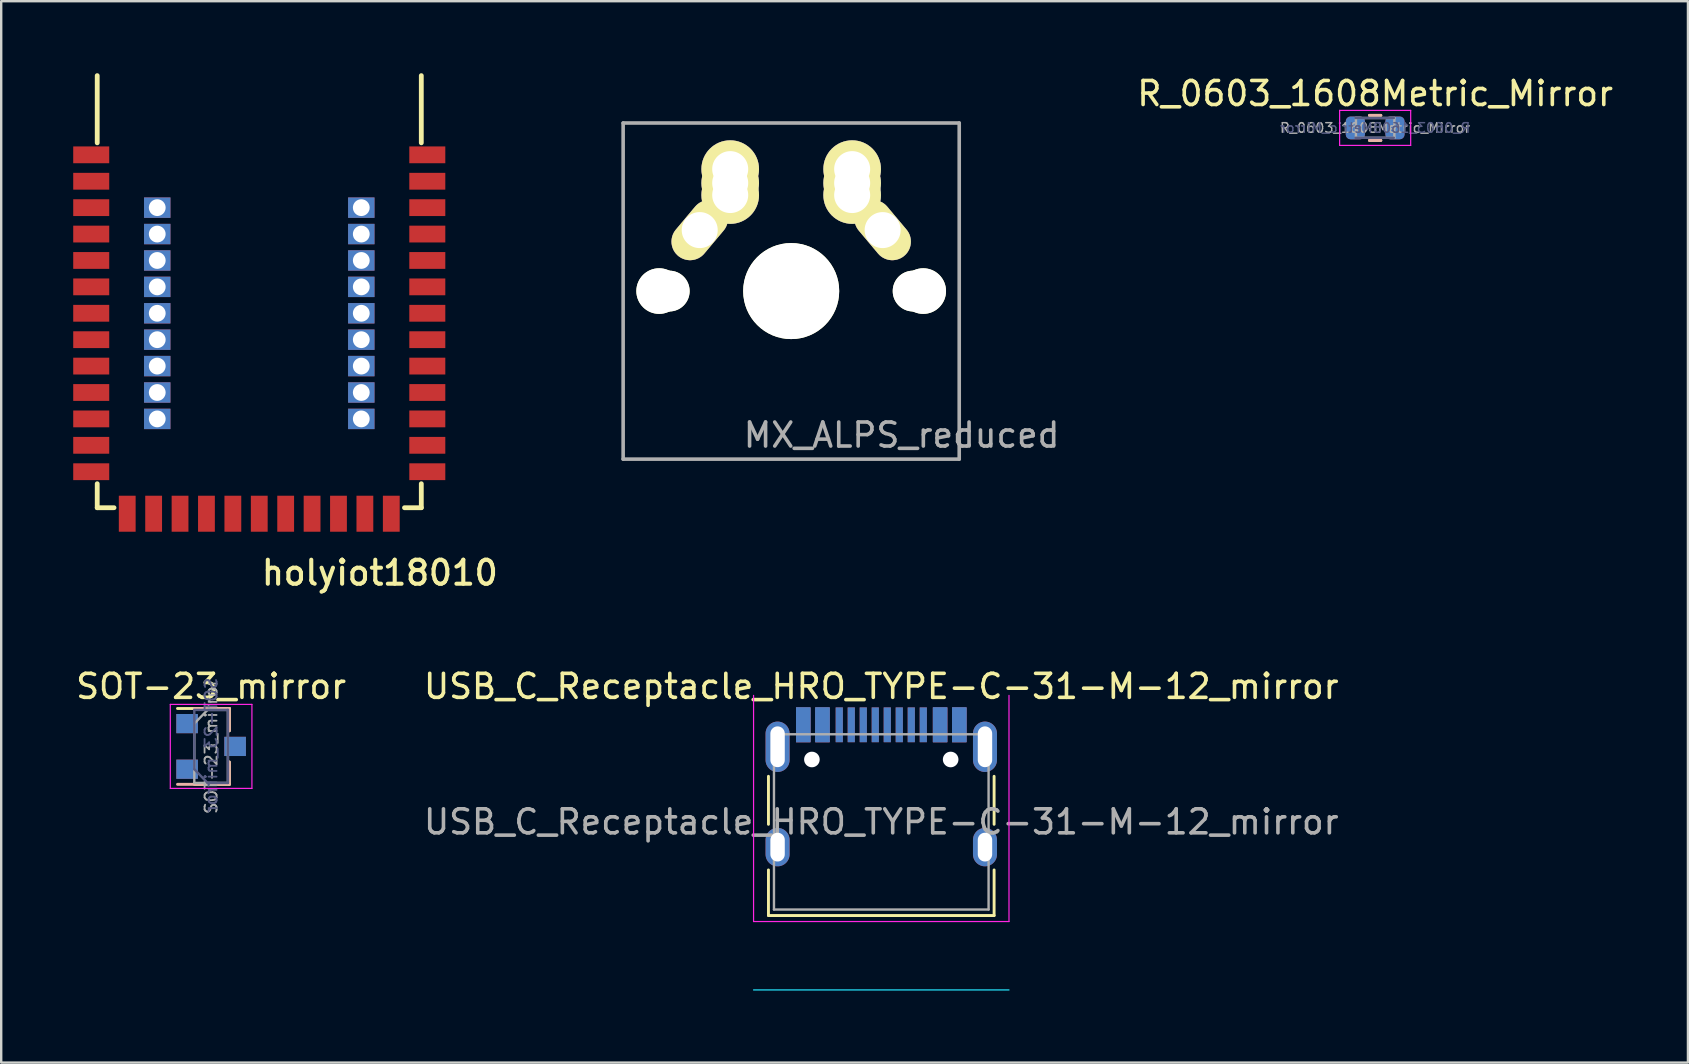
<source format=kicad_pcb>
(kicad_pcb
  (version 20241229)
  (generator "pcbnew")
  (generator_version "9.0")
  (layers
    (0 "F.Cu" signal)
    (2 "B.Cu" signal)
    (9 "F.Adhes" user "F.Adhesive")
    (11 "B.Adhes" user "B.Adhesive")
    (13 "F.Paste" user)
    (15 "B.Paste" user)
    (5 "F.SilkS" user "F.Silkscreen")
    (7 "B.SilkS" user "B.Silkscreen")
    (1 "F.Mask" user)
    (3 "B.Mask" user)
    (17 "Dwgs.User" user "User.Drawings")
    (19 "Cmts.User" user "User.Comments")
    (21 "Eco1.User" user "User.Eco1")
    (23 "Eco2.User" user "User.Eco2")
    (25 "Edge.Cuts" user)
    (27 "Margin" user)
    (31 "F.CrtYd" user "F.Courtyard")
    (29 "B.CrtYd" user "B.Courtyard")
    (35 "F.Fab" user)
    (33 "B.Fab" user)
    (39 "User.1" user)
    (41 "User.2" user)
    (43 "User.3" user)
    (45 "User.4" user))
  (footprint "USB_C_Receptacle_HRO_TYPE-C-31-M-12_mirror"
    (layer "F.Cu")
    (at 33.661 31.188)
    (property "Reference" "USB_C_Receptacle_HRO_TYPE-C-31-M-12_mirror" (at 0 -5.645 0) (layer "F.SilkS") (effects (font (size 1 1) (thickness 0.15))))
    (attr smd)
    (fp_line (start -4.7 -1.9) (end -4.7 0.1) (stroke (width 0.12) (type solid)) (layer "F.SilkS"))
    (fp_line (start -4.7 2) (end -4.7 3.9) (stroke (width 0.12) (type solid)) (layer "F.SilkS"))
    (fp_line (start -4.7 3.9) (end 4.7 3.9) (stroke (width 0.12) (type solid)) (layer "F.SilkS"))
    (fp_line (start 4.7 -1.9) (end 4.7 0.1) (stroke (width 0.12) (type solid)) (layer "F.SilkS"))
    (fp_line (start 4.7 2) (end 4.7 3.9) (stroke (width 0.12) (type solid)) (layer "F.SilkS"))
    (fp_line (start 5.32 7) (end -5.32 7) (stroke (width 0.05) (type solid)) (layer "B.CrtYd"))
    (fp_line (start -5.32 -5.27) (end -5.32 4.15) (stroke (width 0.05) (type solid)) (layer "F.CrtYd"))
    (fp_line (start -5.32 4.15) (end 5.32 4.15) (stroke (width 0.05) (type solid)) (layer "F.CrtYd"))
    (fp_line (start 5.32 -5.27) (end 5.32 4.15) (stroke (width 0.05) (type solid)) (layer "F.CrtYd"))
    (fp_line (start -4.47 -3.65) (end -4.47 3.65) (stroke (width 0.1) (type solid)) (layer "F.Fab"))
    (fp_line (start -4.47 -3.65) (end 4.47 -3.65) (stroke (width 0.1) (type solid)) (layer "F.Fab"))
    (fp_line (start -4.47 3.65) (end 4.47 3.65) (stroke (width 0.1) (type solid)) (layer "F.Fab"))
    (fp_line (start 4.47 -3.65) (end 4.47 3.65) (stroke (width 0.1) (type solid)) (layer "F.Fab"))
    (fp_text user "${REFERENCE}" (at 0 0 0) (layer "F.Fab") (effects (font (size 1 1) (thickness 0.15))))
    (pad "" np_thru_hole circle (at -2.89 -2.6) (size 0.65 0.65) (drill 0.65) (layers "*.Cu" "*.Mask"))
    (pad "" np_thru_hole circle (at 2.89 -2.6) (size 0.65 0.65) (drill 0.65) (layers "*.Cu" "*.Mask"))
    (pad "A1" smd rect (at -3.25 -4.045) (size 0.6 1.45) (layers "F.Cu" "F.Mask" "F.Paste"))
    (pad "A1" smd rect (at 3.25 -4.045) (size 0.6 1.45) (layers "B.Cu" "B.Mask" "B.Paste"))
    (pad "A4" smd rect (at -2.45 -4.045) (size 0.6 1.45) (layers "F.Cu" "F.Mask" "F.Paste"))
    (pad "A4" smd rect (at 2.45 -4.045) (size 0.6 1.45) (layers "B.Cu" "B.Mask" "B.Paste"))
    (pad "A5" smd rect (at -1.25 -4.045) (size 0.3 1.45) (layers "F.Cu" "F.Mask" "F.Paste"))
    (pad "A5" smd rect (at 1.25 -4.045) (size 0.3 1.45) (layers "B.Cu" "B.Mask" "B.Paste"))
    (pad "A6" smd rect (at -0.25 -4.045) (size 0.3 1.45) (layers "F.Cu" "F.Mask" "F.Paste"))
    (pad "A6" smd rect (at 0.25 -4.045) (size 0.3 1.45) (layers "B.Cu" "B.Mask" "B.Paste"))
    (pad "A7" smd rect (at -0.25 -4.045) (size 0.3 1.45) (layers "B.Cu" "B.Mask" "B.Paste"))
    (pad "A7" smd rect (at 0.25 -4.045) (size 0.3 1.45) (layers "F.Cu" "F.Mask" "F.Paste"))
    (pad "A8" smd rect (at -1.25 -4.045) (size 0.3 1.45) (layers "B.Cu" "B.Mask" "B.Paste"))
    (pad "A8" smd rect (at 1.25 -4.045) (size 0.3 1.45) (layers "F.Cu" "F.Mask" "F.Paste"))
    (pad "A9" smd rect (at -2.45 -4.045) (size 0.6 1.45) (layers "B.Cu" "B.Mask" "B.Paste"))
    (pad "A9" smd rect (at 2.45 -4.045) (size 0.6 1.45) (layers "F.Cu" "F.Mask" "F.Paste"))
    (pad "A12" smd rect (at -3.25 -4.045) (size 0.6 1.45) (layers "B.Cu" "B.Mask" "B.Paste"))
    (pad "A12" smd rect (at 3.25 -4.045) (size 0.6 1.45) (layers "F.Cu" "F.Mask" "F.Paste"))
    (pad "B1" smd rect (at -3.25 -4.045) (size 0.6 1.45) (layers "B.Cu" "B.Mask" "B.Paste"))
    (pad "B1" smd rect (at 3.25 -4.045) (size 0.6 1.45) (layers "F.Cu" "F.Mask" "F.Paste"))
    (pad "B4" smd rect (at -2.45 -4.045) (size 0.6 1.45) (layers "B.Cu" "B.Mask" "B.Paste"))
    (pad "B4" smd rect (at 2.45 -4.045) (size 0.6 1.45) (layers "F.Cu" "F.Mask" "F.Paste"))
    (pad "B5" smd rect (at -1.75 -4.045) (size 0.3 1.45) (layers "B.Cu" "B.Mask" "B.Paste"))
    (pad "B5" smd rect (at 1.75 -4.045) (size 0.3 1.45) (layers "F.Cu" "F.Mask" "F.Paste"))
    (pad "B6" smd rect (at -0.75 -4.045) (size 0.3 1.45) (layers "B.Cu" "B.Mask" "B.Paste"))
    (pad "B6" smd rect (at 0.75 -4.045) (size 0.3 1.45) (layers "F.Cu" "F.Mask" "F.Paste"))
    (pad "B7" smd rect (at -0.75 -4.045) (size 0.3 1.45) (layers "F.Cu" "F.Mask" "F.Paste"))
    (pad "B7" smd rect (at 0.75 -4.045) (size 0.3 1.45) (layers "B.Cu" "B.Mask" "B.Paste"))
    (pad "B8" smd rect (at -1.75 -4.045) (size 0.3 1.45) (layers "F.Cu" "F.Mask" "F.Paste"))
    (pad "B8" smd rect (at 1.75 -4.045) (size 0.3 1.45) (layers "B.Cu" "B.Mask" "B.Paste"))
    (pad "B9" smd rect (at -2.45 -4.045) (size 0.6 1.45) (layers "F.Cu" "F.Mask" "F.Paste"))
    (pad "B9" smd rect (at 2.45 -4.045) (size 0.6 1.45) (layers "B.Cu" "B.Mask" "B.Paste"))
    (pad "B12" smd rect (at -3.25 -4.045) (size 0.6 1.45) (layers "F.Cu" "F.Mask" "F.Paste"))
    (pad "B12" smd rect (at 3.25 -4.045) (size 0.6 1.45) (layers "B.Cu" "B.Mask" "B.Paste"))
    (pad "S1" thru_hole oval (at -4.32 -3.13) (size 1 2.1) (drill oval 0.6 1.7) (layers "*.Cu" "*.Mask"))
    (pad "S1" thru_hole oval (at -4.32 1.05) (size 1 1.6) (drill oval 0.6 1.2) (layers "*.Cu" "*.Mask"))
    (pad "S1" thru_hole oval (at 4.32 -3.13) (size 1 2.1) (drill oval 0.6 1.7) (layers "*.Cu" "*.Mask"))
    (pad "S1" thru_hole oval (at 4.32 1.05) (size 1 1.6) (drill oval 0.6 1.2) (layers "*.Cu" "*.Mask")))
  (footprint "holyiot18010"
    (layer "F.Cu")
    (at 14.5 3.4)
    (property "Reference" "holyiot18010" (at -1.727 17.412 0) (layer "F.SilkS") (effects (font (size 1 1) (thickness 0.17))))
    (attr through_hole)
    (fp_line (start -13.5 -0.5) (end -13.5 -3.3) (stroke (width 0.2) (type solid)) (layer "F.SilkS"))
    (fp_line (start -13.5 14.7) (end -13.5 13.7) (stroke (width 0.2) (type solid)) (layer "F.SilkS"))
    (fp_line (start -12.8 14.7) (end -13.5 14.7) (stroke (width 0.2) (type solid)) (layer "F.SilkS"))
    (fp_line (start -0.7 14.7) (end 0 14.7) (stroke (width 0.2) (type solid)) (layer "F.SilkS"))
    (fp_line (start 0 -0.5) (end 0 -3.3) (stroke (width 0.2) (type solid)) (layer "F.SilkS"))
    (fp_line (start 0 14.7) (end 0 13.7) (stroke (width 0.2) (type solid)) (layer "F.SilkS"))
    (pad "1" smd rect (at -13.5 0) (size 1.5 0.7) (drill (offset -0.25 0)) (layers "F.Cu" "F.Mask" "F.Paste"))
    (pad "1" smd rect (at 0 0) (size 1.5 0.7) (drill (offset 0.25 0)) (layers "F.Cu" "F.Mask" "F.Paste"))
    (pad "1" smd rect (at 0 13.2) (size 1.5 0.7) (drill (offset 0.25 0)) (layers "F.Cu" "F.Mask" "F.Paste"))
    (pad "2" smd rect (at -13.5 1.1) (size 1.5 0.7) (drill (offset -0.25 0)) (layers "F.Cu" "F.Mask" "F.Paste"))
    (pad "3" smd rect (at -13.5 2.2) (size 1.5 0.7) (drill (offset -0.25 0)) (layers "F.Cu" "F.Mask" "F.Paste"))
    (pad "4" smd rect (at -13.5 3.3) (size 1.5 0.7) (drill (offset -0.25 0)) (layers "F.Cu" "F.Mask" "F.Paste"))
    (pad "5" smd rect (at -13.5 4.4) (size 1.5 0.7) (drill (offset -0.25 0)) (layers "F.Cu" "F.Mask" "F.Paste"))
    (pad "6" smd rect (at -13.5 5.5) (size 1.5 0.7) (drill (offset -0.25 0)) (layers "F.Cu" "F.Mask" "F.Paste"))
    (pad "7" smd rect (at -13.5 6.6) (size 1.5 0.7) (drill (offset -0.25 0)) (layers "F.Cu" "F.Mask" "F.Paste"))
    (pad "8" smd rect (at -13.5 7.7) (size 1.5 0.7) (drill (offset -0.25 0)) (layers "F.Cu" "F.Mask" "F.Paste"))
    (pad "9" smd rect (at -13.5 8.8) (size 1.5 0.7) (drill (offset -0.25 0)) (layers "F.Cu" "F.Mask" "F.Paste"))
    (pad "10" smd rect (at -13.5 9.9) (size 1.5 0.7) (drill (offset -0.25 0)) (layers "F.Cu" "F.Mask" "F.Paste"))
    (pad "11" smd rect (at -13.5 11) (size 1.5 0.7) (drill (offset -0.25 0)) (layers "F.Cu" "F.Mask" "F.Paste"))
    (pad "12" smd rect (at -13.5 12.1) (size 1.5 0.7) (drill (offset -0.25 0)) (layers "F.Cu" "F.Mask" "F.Paste"))
    (pad "13" smd rect (at -13.5 13.2) (size 1.5 0.7) (drill (offset -0.25 0)) (layers "F.Cu" "F.Mask" "F.Paste"))
    (pad "14" smd rect (at -12.25 14.7) (size 0.7 1.5) (drill (offset 0 0.25)) (layers "F.Cu" "F.Mask" "F.Paste"))
    (pad "15" smd rect (at -11.15 14.7) (size 0.7 1.5) (drill (offset 0 0.25)) (layers "F.Cu" "F.Mask" "F.Paste"))
    (pad "16" smd rect (at -10.05 14.7) (size 0.7 1.5) (drill (offset 0 0.25)) (layers "F.Cu" "F.Mask" "F.Paste"))
    (pad "17" smd rect (at -8.95 14.7) (size 0.7 1.5) (drill (offset 0 0.25)) (layers "F.Cu" "F.Mask" "F.Paste"))
    (pad "18" smd rect (at -7.85 14.7) (size 0.7 1.5) (drill (offset 0 0.25)) (layers "F.Cu" "F.Mask" "F.Paste"))
    (pad "19" smd rect (at -6.75 14.7) (size 0.7 1.5) (drill (offset 0 0.25)) (layers "F.Cu" "F.Mask" "F.Paste"))
    (pad "20" smd rect (at -5.65 14.7) (size 0.7 1.5) (drill (offset 0 0.25)) (layers "F.Cu" "F.Mask" "F.Paste"))
    (pad "21" smd rect (at -4.55 14.7) (size 0.7 1.5) (drill (offset 0 0.25)) (layers "F.Cu" "F.Mask" "F.Paste"))
    (pad "22" smd rect (at -3.45 14.7) (size 0.7 1.5) (drill (offset 0 0.25)) (layers "F.Cu" "F.Mask" "F.Paste"))
    (pad "23" smd rect (at -2.35 14.7) (size 0.7 1.5) (drill (offset 0 0.25)) (layers "F.Cu" "F.Mask" "F.Paste"))
    (pad "24" smd rect (at -1.25 14.7) (size 0.7 1.5) (drill (offset 0 0.25)) (layers "F.Cu" "F.Mask" "F.Paste"))
    (pad "26" smd rect (at 0 12.1) (size 1.5 0.7) (drill (offset 0.25 0)) (layers "F.Cu" "F.Mask" "F.Paste"))
    (pad "27" smd rect (at 0 11) (size 1.5 0.7) (drill (offset 0.25 0)) (layers "F.Cu" "F.Mask" "F.Paste"))
    (pad "28" smd rect (at 0 9.9) (size 1.5 0.7) (drill (offset 0.25 0)) (layers "F.Cu" "F.Mask" "F.Paste"))
    (pad "29" smd rect (at 0 8.8) (size 1.5 0.7) (drill (offset 0.25 0)) (layers "F.Cu" "F.Mask" "F.Paste"))
    (pad "30" smd rect (at 0 7.7) (size 1.5 0.7) (drill (offset 0.25 0)) (layers "F.Cu" "F.Mask" "F.Paste"))
    (pad "31" smd rect (at 0 6.6) (size 1.5 0.7) (drill (offset 0.25 0)) (layers "F.Cu" "F.Mask" "F.Paste"))
    (pad "32" smd rect (at 0 5.5) (size 1.5 0.7) (drill (offset 0.25 0)) (layers "F.Cu" "F.Mask" "F.Paste"))
    (pad "33" smd rect (at 0 4.4) (size 1.5 0.7) (drill (offset 0.25 0)) (layers "F.Cu" "F.Mask" "F.Paste"))
    (pad "34" smd rect (at 0 3.3) (size 1.5 0.7) (drill (offset 0.25 0)) (layers "F.Cu" "F.Mask" "F.Paste"))
    (pad "35" smd rect (at 0 2.2) (size 1.5 0.7) (drill (offset 0.25 0)) (layers "F.Cu" "F.Mask" "F.Paste"))
    (pad "36" smd rect (at 0 1.1) (size 1.5 0.7) (drill (offset 0.25 0)) (layers "F.Cu" "F.Mask" "F.Paste"))
    (pad "38" thru_hole rect (at -11 2.2) (size 1.1 0.85) (drill 0.7) (layers "*.Cu" "*.Mask"))
    (pad "39" thru_hole rect (at -11 3.3) (size 1.1 0.85) (drill 0.7) (layers "*.Cu" "*.Mask"))
    (pad "40" thru_hole rect (at -11 4.4) (size 1.1 0.85) (drill 0.7) (layers "*.Cu" "*.Mask"))
    (pad "41" thru_hole rect (at -11 5.5) (size 1.1 0.85) (drill 0.7) (layers "*.Cu" "*.Mask"))
    (pad "42" thru_hole rect (at -11 6.6) (size 1.1 0.85) (drill 0.7) (layers "*.Cu" "*.Mask"))
    (pad "43" thru_hole rect (at -11 7.7) (size 1.1 0.85) (drill 0.7) (layers "*.Cu" "*.Mask"))
    (pad "44" thru_hole rect (at -11 8.8) (size 1.1 0.85) (drill 0.7) (layers "*.Cu" "*.Mask"))
    (pad "45" thru_hole rect (at -11 9.9) (size 1.1 0.85) (drill 0.7) (layers "*.Cu" "*.Mask"))
    (pad "46" thru_hole rect (at -11 11) (size 1.1 0.85) (drill 0.7) (layers "*.Cu" "*.Mask"))
    (pad "47" thru_hole rect (at -2.5 2.2) (size 1.1 0.85) (drill 0.7) (layers "*.Cu" "*.Mask"))
    (pad "48" thru_hole rect (at -2.5 3.3) (size 1.1 0.85) (drill 0.7) (layers "*.Cu" "*.Mask"))
    (pad "49" thru_hole rect (at -2.5 4.4) (size 1.1 0.85) (drill 0.7) (layers "*.Cu" "*.Mask"))
    (pad "50" thru_hole rect (at -2.5 5.5) (size 1.1 0.85) (drill 0.7) (layers "*.Cu" "*.Mask"))
    (pad "51" thru_hole rect (at -2.5 6.6) (size 1.1 0.85) (drill 0.7) (layers "*.Cu" "*.Mask"))
    (pad "52" thru_hole rect (at -2.5 7.7) (size 1.1 0.85) (drill 0.7) (layers "*.Cu" "*.Mask"))
    (pad "53" thru_hole rect (at -2.5 8.8) (size 1.1 0.85) (drill 0.7) (layers "*.Cu" "*.Mask"))
    (pad "54" thru_hole rect (at -2.5 9.9) (size 1.1 0.85) (drill 0.7) (layers "*.Cu" "*.Mask"))
    (pad "55" thru_hole rect (at -2.5 11) (size 1.1 0.85) (drill 0.7) (layers "*.Cu" "*.Mask")))
  (footprint "MX_ALPS_reduced"
    (layer "F.Cu")
    (at 29.908 9.075)
    (property "Reference" "MX_ALPS_reduced" (at 4.6 6 0) (layer "F.Fab") (effects (font (size 1 1) (thickness 0.15))))
    (attr through_hole)
    (fp_line (start -9 -9) (end 9 -9) (stroke (width 0.15) (type solid)) (layer "Eco2.User"))
    (fp_line (start -9 9) (end -9 -9) (stroke (width 0.15) (type solid)) (layer "Eco2.User"))
    (fp_line (start -7 -7) (end 7 -7) (stroke (width 0.15) (type solid)) (layer "Eco2.User"))
    (fp_line (start -7 7) (end -7 -7) (stroke (width 0.15) (type solid)) (layer "Eco2.User"))
    (fp_line (start 7 -7) (end 7 7) (stroke (width 0.15) (type solid)) (layer "Eco2.User"))
    (fp_line (start 7 7) (end -7 7) (stroke (width 0.15) (type solid)) (layer "Eco2.User"))
    (fp_line (start 9 -9) (end 9 9) (stroke (width 0.15) (type solid)) (layer "Eco2.User"))
    (fp_line (start 9 9) (end -9 9) (stroke (width 0.15) (type solid)) (layer "Eco2.User"))
    (fp_line (start -7 -7) (end -7 7) (stroke (width 0.15) (type solid)) (layer "F.Fab"))
    (fp_line (start -7 7) (end 7 7) (stroke (width 0.15) (type solid)) (layer "F.Fab"))
    (fp_line (start 7 -7) (end -7 -7) (stroke (width 0.15) (type solid)) (layer "F.Fab"))
    (fp_line (start 7 7) (end 7 -7) (stroke (width 0.15) (type solid)) (layer "F.Fab"))
    (pad "" np_thru_hole circle (at -5.5 0 90) (size 1.9 1.9) (drill 1.9) (layers "*.Cu" "*.Mask" "F.SilkS"))
    (pad "" np_thru_hole circle (at -5.08 0) (size 1.7 1.7) (drill 1.7) (layers "*.Cu" "*.Mask" "F.SilkS"))
    (pad "" np_thru_hole circle (at 0 0 90) (size 4 4) (drill 4) (layers "*.Cu" "*.Mask" "F.SilkS"))
    (pad "" np_thru_hole circle (at 5.08 0) (size 1.7 1.7) (drill 1.7) (layers "*.Cu" "*.Mask" "F.SilkS"))
    (pad "" np_thru_hole circle (at 5.5 0 90) (size 1.9 1.9) (drill 1.9) (layers "*.Cu" "*.Mask" "F.SilkS"))
    (pad "1" thru_hole oval (at -3.81 -2.54 50) (size 2.8 1.55) (drill 1.5) (layers "*.Cu" "*.Mask" "F.SilkS"))
    (pad "1" thru_hole circle (at -2.54 -5.08) (size 2.4 2.4) (drill 1.5) (layers "*.Cu" "*.Mask" "F.SilkS"))
    (pad "1" thru_hole circle (at -2.54 -4.5) (size 2.4 2.4) (drill 1.5) (layers "*.Cu" "*.Mask" "F.SilkS"))
    (pad "1" thru_hole circle (at -2.54 -4) (size 2.4 2.4) (drill 1.5) (layers "*.Cu" "*.Mask" "F.SilkS"))
    (pad "2" thru_hole circle (at 2.54 -5.08) (size 2.4 2.4) (drill 1.5) (layers "*.Cu" "*.Mask" "F.SilkS"))
    (pad "2" thru_hole circle (at 2.54 -4.5) (size 2.4 2.4) (drill 1.5) (layers "*.Cu" "*.Mask" "F.SilkS"))
    (pad "2" thru_hole circle (at 2.54 -4) (size 2.4 2.4) (drill 1.5) (layers "*.Cu" "*.Mask" "F.SilkS"))
    (pad "2" thru_hole oval (at 3.81 -2.54 310) (size 2.8 1.55) (drill 1.5) (layers "*.Cu" "*.Mask" "F.SilkS")))
  (footprint "R_0603_1608Metric_Mirror"
    (layer "F.Cu")
    (at 54.234 2.278)
    (property "Reference" "R_0603_1608Metric_Mirror" (at 0 -1.43 0) (layer "F.SilkS") (effects (font (size 1 1) (thickness 0.15))))
    (attr smd)
    (fp_line (start -0.237 -0.522) (end 0.237 -0.522) (stroke (width 0.12) (type solid)) (layer "F.SilkS"))
    (fp_line (start -0.237 0.522) (end 0.237 0.522) (stroke (width 0.12) (type solid)) (layer "F.SilkS"))
    (fp_line (start -0.237 -0.522) (end 0.237 -0.522) (stroke (width 0.12) (type solid)) (layer "B.SilkS"))
    (fp_line (start -0.237 0.522) (end 0.237 0.522) (stroke (width 0.12) (type solid)) (layer "B.SilkS"))
    (fp_line (start -1.48 -0.73) (end 1.48 -0.73) (stroke (width 0.05) (type solid)) (layer "F.CrtYd"))
    (fp_line (start -1.48 0.73) (end -1.48 -0.73) (stroke (width 0.05) (type solid)) (layer "F.CrtYd"))
    (fp_line (start 1.48 -0.73) (end 1.48 0.73) (stroke (width 0.05) (type solid)) (layer "F.CrtYd"))
    (fp_line (start 1.48 0.73) (end -1.48 0.73) (stroke (width 0.05) (type solid)) (layer "F.CrtYd"))
    (fp_line (start -0.82 0.412) (end 0.78 0.412) (stroke (width 0.1) (type solid)) (layer "B.Fab"))
    (fp_line (start 0.78 -0.412) (end -0.82 -0.412) (stroke (width 0.1) (type solid)) (layer "B.Fab"))
    (fp_line (start -0.8 -0.412) (end 0.8 -0.412) (stroke (width 0.1) (type solid)) (layer "F.Fab"))
    (fp_line (start -0.8 0.412) (end -0.8 -0.412) (stroke (width 0.1) (type solid)) (layer "F.Fab"))
    (fp_line (start 0.8 -0.412) (end 0.8 0.412) (stroke (width 0.1) (type solid)) (layer "F.Fab"))
    (fp_line (start 0.8 0.412) (end -0.8 0.412) (stroke (width 0.1) (type solid)) (layer "F.Fab"))
    (fp_text user "${REFERENCE}" (at 0 0 0) (layer "B.Fab") (effects (font (size 0.4 0.4) (thickness 0.06)) (justify mirror)))
    (fp_text user "${REFERENCE}" (at 0 0 0) (layer "F.Fab") (effects (font (size 0.4 0.4) (thickness 0.06))))
    (pad "1" smd roundrect (at -0.825 0) (size 0.8 0.95) (layers "F.Cu" "F.Mask" "F.Paste") (roundrect_rratio 0.25))
    (pad "1" smd roundrect (at -0.825 0) (size 0.8 0.95) (layers "B.Cu" "B.Mask" "B.Paste") (roundrect_rratio 0.25))
    (pad "2" smd roundrect (at 0.825 0) (size 0.8 0.95) (layers "F.Cu" "F.Mask" "F.Paste") (roundrect_rratio 0.25))
    (pad "2" smd roundrect (at 0.825 0) (size 0.8 0.95) (layers "B.Cu" "B.Mask" "B.Paste") (roundrect_rratio 0.25)))
  (footprint "SOT-23_mirror"
    (layer "F.Cu")
    (at 5.744 28.043)
    (property "Reference" "SOT-23_mirror" (at 0 -2.5 0) (layer "F.SilkS") (effects (font (size 1 1) (thickness 0.15))))
    (attr smd)
    (fp_line (start 0.76 -1.58) (end -1.4 -1.58) (stroke (width 0.12) (type solid)) (layer "F.SilkS"))
    (fp_line (start 0.76 -1.58) (end 0.76 -0.65) (stroke (width 0.12) (type solid)) (layer "F.SilkS"))
    (fp_line (start 0.76 1.58) (end -0.7 1.58) (stroke (width 0.12) (type solid)) (layer "F.SilkS"))
    (fp_line (start 0.76 1.58) (end 0.76 0.65) (stroke (width 0.12) (type solid)) (layer "F.SilkS"))
    (fp_line (start 0.76 -1.58) (end -0.7 -1.58) (stroke (width 0.12) (type solid)) (layer "B.SilkS"))
    (fp_line (start 0.76 -1.58) (end 0.76 -0.65) (stroke (width 0.12) (type solid)) (layer "B.SilkS"))
    (fp_line (start 0.76 1.58) (end -1.4 1.58) (stroke (width 0.12) (type solid)) (layer "B.SilkS"))
    (fp_line (start 0.76 1.58) (end 0.76 0.65) (stroke (width 0.12) (type solid)) (layer "B.SilkS"))
    (fp_line (start -1.7 -1.75) (end 1.7 -1.75) (stroke (width 0.05) (type solid)) (layer "F.CrtYd"))
    (fp_line (start -1.7 1.75) (end -1.7 -1.75) (stroke (width 0.05) (type solid)) (layer "F.CrtYd"))
    (fp_line (start 1.7 -1.75) (end 1.7 1.75) (stroke (width 0.05) (type solid)) (layer "F.CrtYd"))
    (fp_line (start 1.7 1.75) (end -1.7 1.75) (stroke (width 0.05) (type solid)) (layer "F.CrtYd"))
    (fp_line (start -0.7 -1.52) (end 0.7 -1.52) (stroke (width 0.1) (type solid)) (layer "B.Fab"))
    (fp_line (start -0.7 0.95) (end -0.7 -1.5) (stroke (width 0.1) (type solid)) (layer "B.Fab"))
    (fp_line (start -0.7 0.95) (end -0.15 1.52) (stroke (width 0.1) (type solid)) (layer "B.Fab"))
    (fp_line (start -0.15 1.52) (end 0.7 1.52) (stroke (width 0.1) (type solid)) (layer "B.Fab"))
    (fp_line (start 0.7 1.52) (end 0.7 -1.52) (stroke (width 0.1) (type solid)) (layer "B.Fab"))
    (fp_line (start -0.7 -0.95) (end -0.7 1.5) (stroke (width 0.1) (type solid)) (layer "F.Fab"))
    (fp_line (start -0.7 -0.95) (end -0.15 -1.52) (stroke (width 0.1) (type solid)) (layer "F.Fab"))
    (fp_line (start -0.7 1.52) (end 0.7 1.52) (stroke (width 0.1) (type solid)) (layer "F.Fab"))
    (fp_line (start -0.15 -1.52) (end 0.7 -1.52) (stroke (width 0.1) (type solid)) (layer "F.Fab"))
    (fp_line (start 0.7 -1.52) (end 0.7 1.52) (stroke (width 0.1) (type solid)) (layer "F.Fab"))
    (fp_text user "${REFERENCE}" (at 0 -0.05 90) (layer "B.Fab") (effects (font (size 0.5 0.5) (thickness 0.075)) (justify mirror)))
    (fp_text user "${REFERENCE}" (at 0 0 90) (layer "F.Fab") (effects (font (size 0.5 0.5) (thickness 0.075))))
    (pad "1" smd rect (at -1 -0.95) (size 0.9 0.8) (layers "F.Cu" "F.Mask" "F.Paste"))
    (pad "1" smd rect (at -1 -0.95) (size 0.9 0.8) (layers "B.Cu" "B.Mask" "B.Paste"))
    (pad "2" smd rect (at -1 0.95) (size 0.9 0.8) (layers "F.Cu" "F.Mask" "F.Paste"))
    (pad "2" smd rect (at -1 0.95) (size 0.9 0.8) (layers "B.Cu" "B.Mask" "B.Paste"))
    (pad "3" smd rect (at 1 0) (size 0.9 0.8) (layers "F.Cu" "F.Mask" "F.Paste"))
    (pad "3" smd rect (at 1 0) (size 0.9 0.8) (layers "B.Cu" "B.Mask" "B.Paste")))
  (gr_rect
    (start -3 -3)
    (end 67.264 41.213)
    (stroke (width 0.1) (type default))
    (fill no)
    (layer "Edge.Cuts")))
</source>
